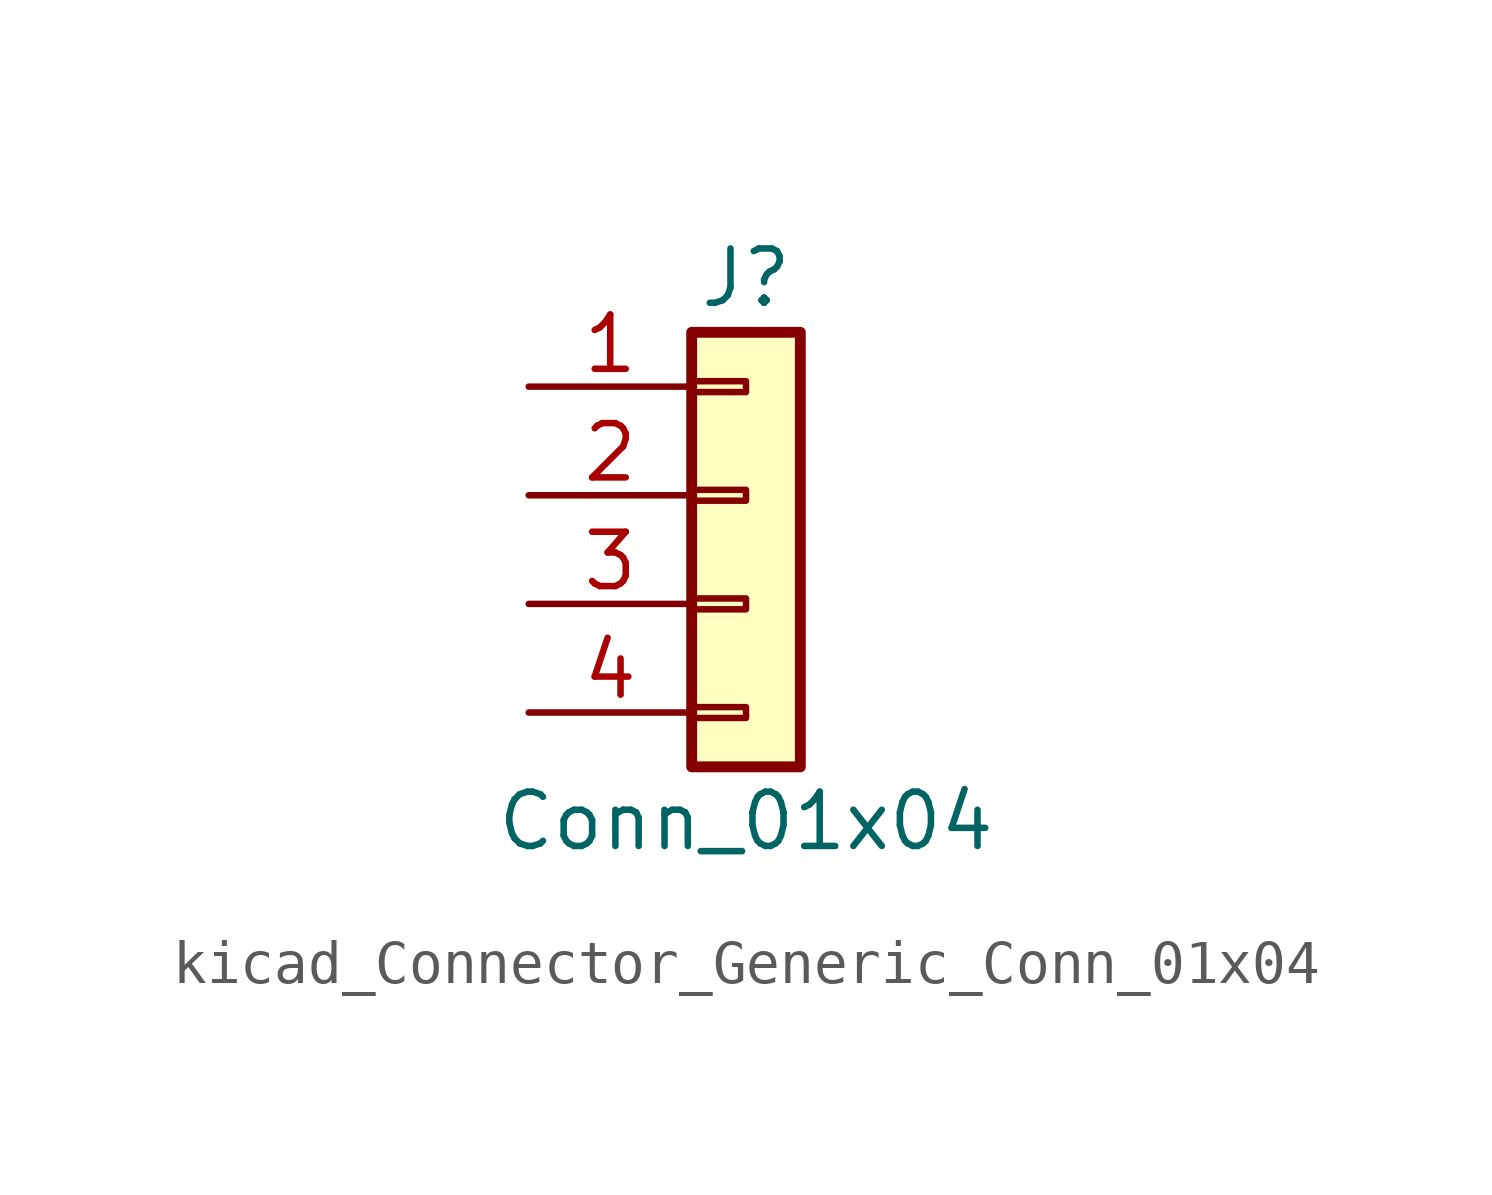
<source format=kicad_sym>
(kicad_symbol_lib
  (version 20220914)
  (generator kicad_symbol_editor)
  (symbol "kicad_Connector_Generic_Conn_01x04"
    (pin_names
      (offset 1.016) hide)
    (property "Reference" "J"
      (at 0 5.08 0)
      (effects (font (size 1.27 1.27))))
    (property "Value" "Conn_01x04"
      (at 0 -7.62 0)
      (effects (font (size 1.27 1.27))))
    (symbol "kicad_Connector_Generic_Conn_01x04_1_1"
      (rectangle (start -1.27 -4.953) (end 0 -5.207) (stroke (width 0.152) (type default)) (fill (type none)))
      (rectangle (start -1.27 -2.413) (end 0 -2.667) (stroke (width 0.152) (type default)) (fill (type none)))
      (rectangle (start -1.27 0.127) (end 0 -0.127) (stroke (width 0.152) (type default)) (fill (type none)))
      (rectangle (start -1.27 2.667) (end 0 2.413) (stroke (width 0.152) (type default)) (fill (type none)))
      (rectangle (start -1.27 3.81) (end 1.27 -6.35) (stroke (width 0.254) (type default)) (fill (type background)))
      (pin passive line (at -5.08 2.54 0) (length 3.81) (name "Pin_1" (effects (font (size 1.27 1.27)))) (number "1" (effects (font (size 1.27 1.27)))))
      (pin passive line (at -5.08 0 0) (length 3.81) (name "Pin_2" (effects (font (size 1.27 1.27)))) (number "2" (effects (font (size 1.27 1.27)))))
      (pin passive line (at -5.08 -2.54 0) (length 3.81) (name "Pin_3" (effects (font (size 1.27 1.27)))) (number "3" (effects (font (size 1.27 1.27)))))
      (pin passive line (at -5.08 -5.08 0) (length 3.81) (name "Pin_4" (effects (font (size 1.27 1.27)))) (number "4" (effects (font (size 1.27 1.27))))))))
</source>
